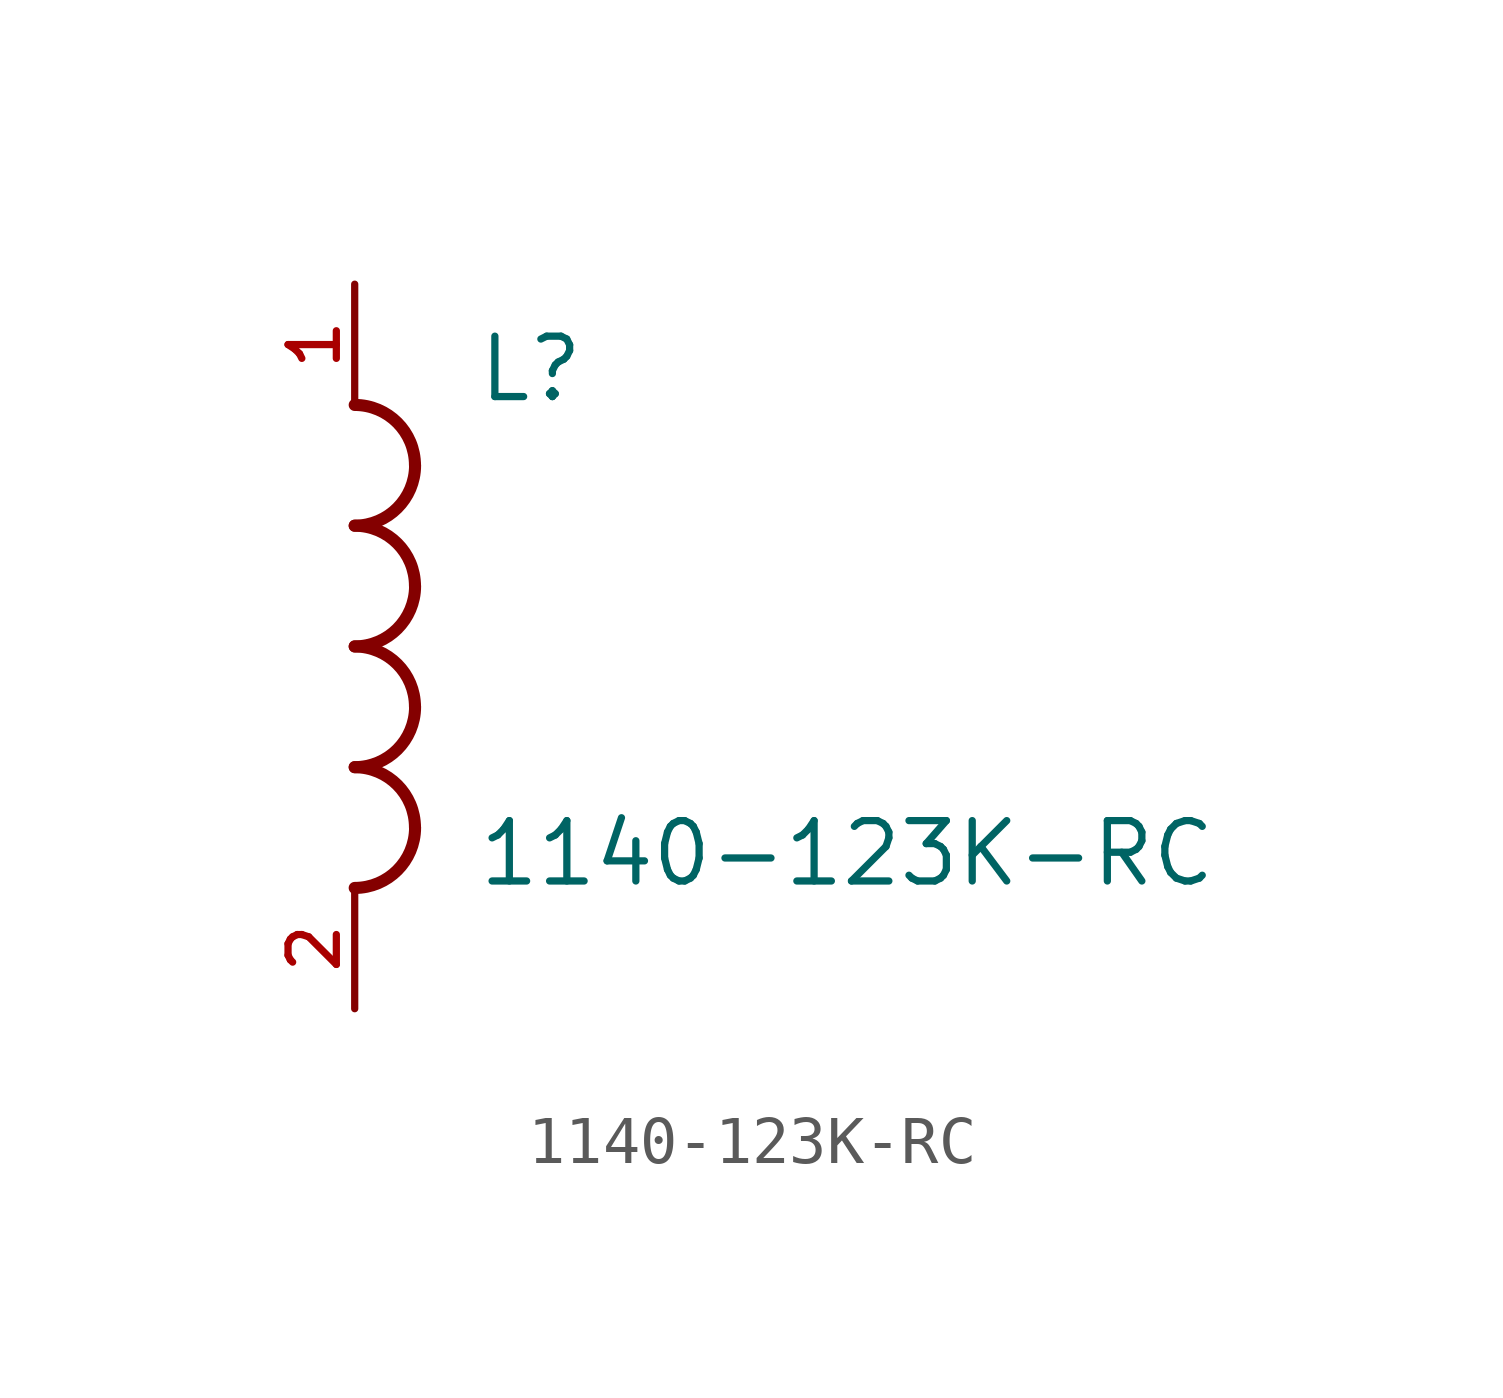
<source format=kicad_sym>
(kicad_symbol_lib
  (version 20211014)
  (generator kicad_symbol_editor)
  (symbol "1140-123K-RC"
    (pin_names
      (offset 1.016))
    (property "Reference" "L"
      (at 2.546 5.093 0)
      (effects (font (size 1.27 1.27)) (justify bottom left)))
    (property "Value" "1140-123K-RC"
      (at 2.548 -5.097 0)
      (effects (font (size 1.27 1.27)) (justify bottom left)))
    (symbol "1140-123K-RC_0_0"
      (arc (start 1.27 3.81) (mid 0.898 4.708) (end 0.0 5.08) (stroke (width 0.254) (type default) (color 0 0 0 0)) (fill (type none)))
      (arc (start 1.27 3.81) (mid 0.898 2.912) (end 0.0 2.54) (stroke (width 0.254) (type default) (color 0 0 0 0)) (fill (type none)))
      (arc (start 1.27 1.27) (mid 0.898 2.168) (end 0.0 2.54) (stroke (width 0.254) (type default) (color 0 0 0 0)) (fill (type none)))
      (arc (start 1.27 1.27) (mid 0.898 0.372) (end 0.0 0.0) (stroke (width 0.254) (type default) (color 0 0 0 0)) (fill (type none)))
      (arc (start 1.27 -1.27) (mid 0.898 -0.372) (end 0.0 0.0) (stroke (width 0.254) (type default) (color 0 0 0 0)) (fill (type none)))
      (arc (start 1.27 -1.27) (mid 0.898 -2.168) (end 0.0 -2.54) (stroke (width 0.254) (type default) (color 0 0 0 0)) (fill (type none)))
      (arc (start 1.27 -3.81) (mid 0.898 -2.912) (end 0.0 -2.54) (stroke (width 0.254) (type default) (color 0 0 0 0)) (fill (type none)))
      (arc (start 1.27 -3.81) (mid 0.898 -4.708) (end 0.0 -5.08) (stroke (width 0.254) (type default) (color 0 0 0 0)) (fill (type none)))
      (pin passive line (at 0.0 7.62 270.0) (length 2.54) (name "~" (effects (font (size 1.016 1.016)))) (number "1" (effects (font (size 1.016 1.016)))))
      (pin passive line (at 0.0 -7.62 90.0) (length 2.54) (name "~" (effects (font (size 1.016 1.016)))) (number "2" (effects (font (size 1.016 1.016))))))))
</source>
